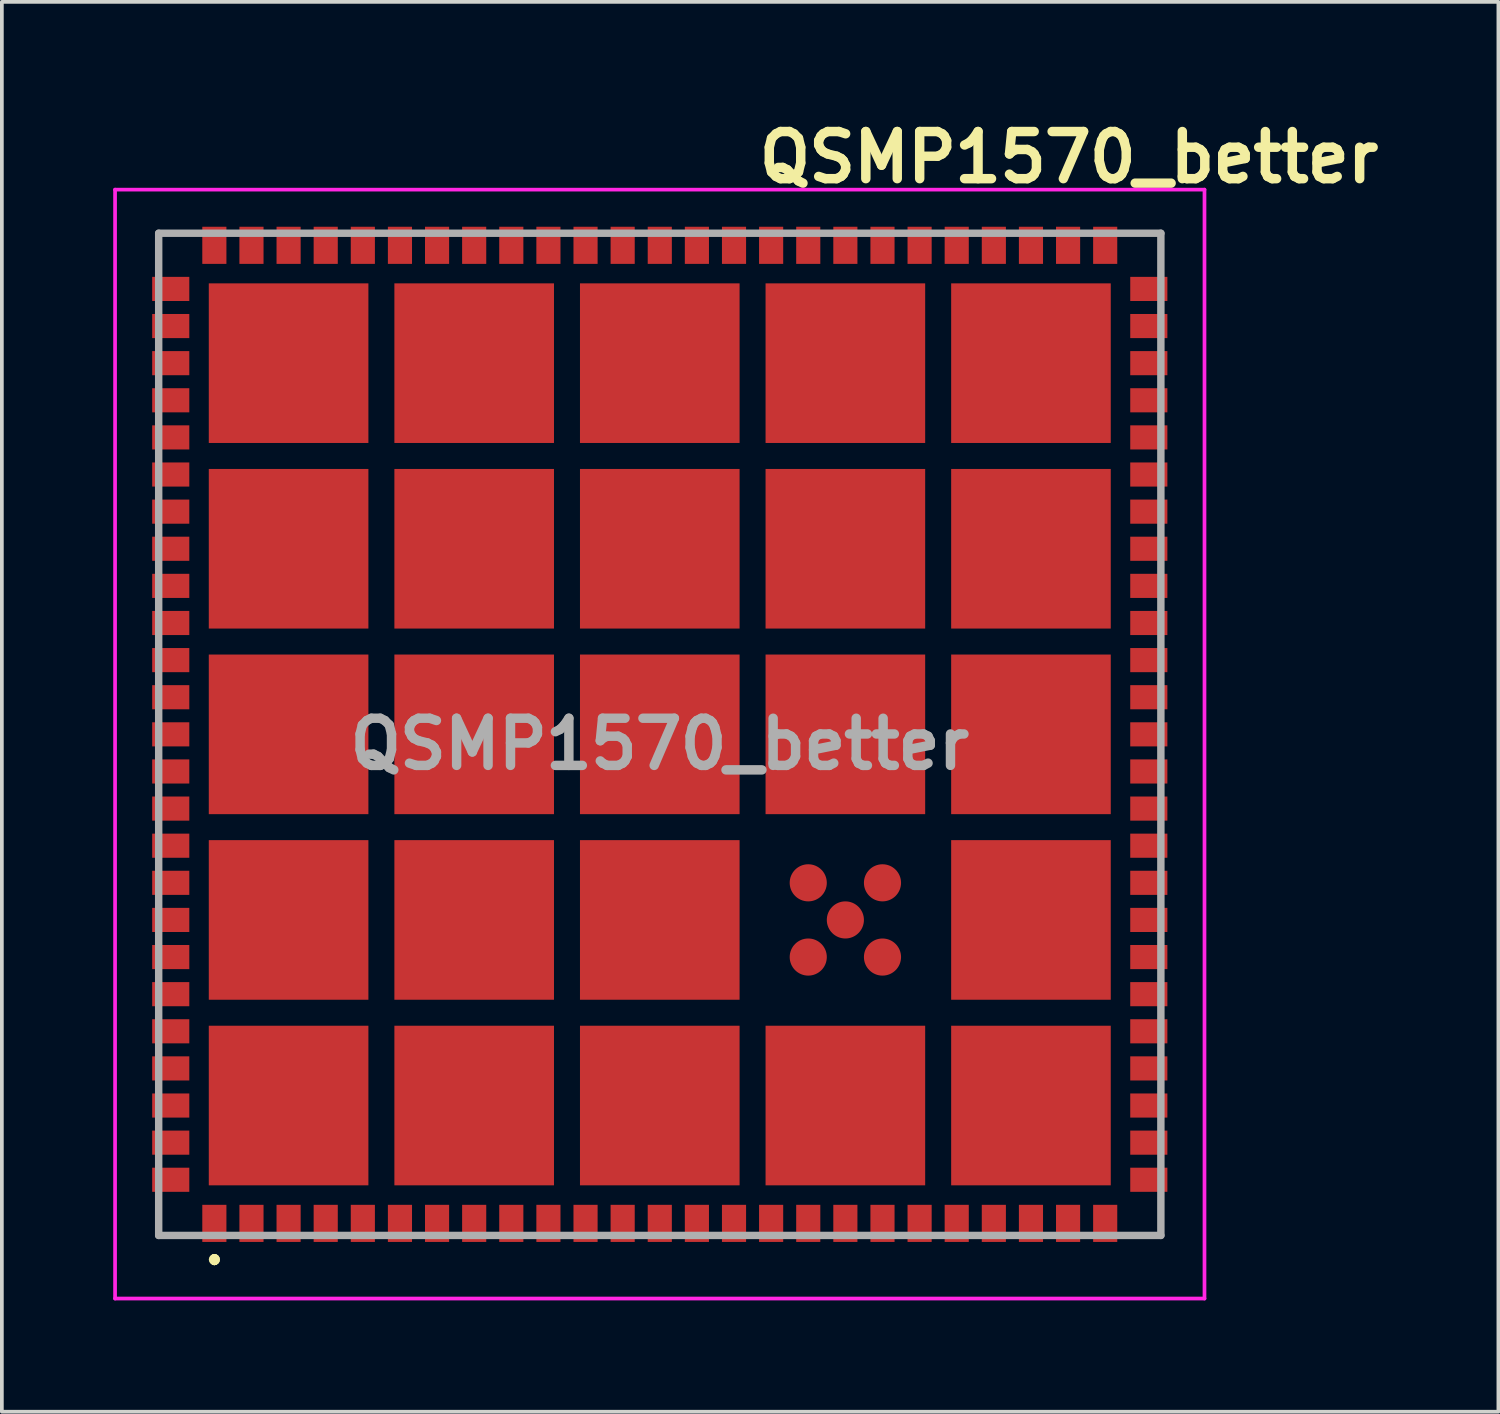
<source format=kicad_pcb>
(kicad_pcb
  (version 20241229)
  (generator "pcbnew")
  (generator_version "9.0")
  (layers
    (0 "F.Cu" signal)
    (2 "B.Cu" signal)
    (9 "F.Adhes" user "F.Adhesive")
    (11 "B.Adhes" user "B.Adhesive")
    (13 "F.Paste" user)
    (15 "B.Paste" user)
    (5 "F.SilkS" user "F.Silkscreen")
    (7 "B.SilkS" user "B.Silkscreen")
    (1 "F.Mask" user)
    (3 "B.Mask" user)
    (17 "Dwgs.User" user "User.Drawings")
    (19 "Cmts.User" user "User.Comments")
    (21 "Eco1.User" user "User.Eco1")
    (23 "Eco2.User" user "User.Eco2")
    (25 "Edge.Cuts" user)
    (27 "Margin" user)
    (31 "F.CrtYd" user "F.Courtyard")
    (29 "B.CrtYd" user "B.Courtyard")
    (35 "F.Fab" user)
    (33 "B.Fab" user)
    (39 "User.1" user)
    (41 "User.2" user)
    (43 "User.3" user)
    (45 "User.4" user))
  (footprint "QSMP1570_better"
    (layer "F.Cu")
    (at 14.725 16.734)
    (property "Reference" "QSMP1570_better" (at 11.024 -15.545 0) (layer "F.SilkS") (effects (font (size 1.27 1.27) (thickness 0.254))))
    (attr smd)
    (fp_line (start -12 14.1) (end -12 14.1) (stroke (width 0.2) (type solid)) (layer "F.SilkS"))
    (fp_line (start -12 14.2) (end -12 14.2) (stroke (width 0.2) (type solid)) (layer "F.SilkS"))
    (fp_line (start -12 14.2) (end -12 14.2) (stroke (width 0.2) (type solid)) (layer "F.SilkS"))
    (fp_arc (start -12 14.1) (mid -11.95 14.15) (end -12 14.2) (stroke (width 0.2) (type solid)) (layer "F.SilkS"))
    (fp_arc (start -12 14.1) (mid -11.95 14.15) (end -12 14.2) (stroke (width 0.2) (type solid)) (layer "F.SilkS"))
    (fp_arc (start -12 14.2) (mid -12.05 14.15) (end -12 14.1) (stroke (width 0.2) (type solid)) (layer "F.SilkS"))
    (fp_rect (start -11.9 -11.9) (end -10.25 -10.25) (stroke (width 0.1) (type solid)) (fill yes) (layer "F.Paste"))
    (fp_rect (start -11.9 -9.75) (end -10.25 -8.1) (stroke (width 0.1) (type solid)) (fill yes) (layer "F.Paste"))
    (fp_rect (start -11.9 -6.9) (end -10.25 -5.25) (stroke (width 0.1) (type solid)) (fill yes) (layer "F.Paste"))
    (fp_rect (start -11.9 -4.75) (end -10.25 -3.1) (stroke (width 0.1) (type solid)) (fill yes) (layer "F.Paste"))
    (fp_rect (start -11.9 -1.9) (end -10.25 -0.25) (stroke (width 0.1) (type solid)) (fill yes) (layer "F.Paste"))
    (fp_rect (start -11.9 0.25) (end -10.25 1.9) (stroke (width 0.1) (type solid)) (fill yes) (layer "F.Paste"))
    (fp_rect (start -11.9 3.1) (end -10.25 4.75) (stroke (width 0.1) (type solid)) (fill yes) (layer "F.Paste"))
    (fp_rect (start -11.9 5.25) (end -10.25 6.9) (stroke (width 0.1) (type solid)) (fill yes) (layer "F.Paste"))
    (fp_rect (start -11.9 8.1) (end -10.25 9.75) (stroke (width 0.1) (type solid)) (fill yes) (layer "F.Paste"))
    (fp_rect (start -11.9 10.25) (end -10.25 11.9) (stroke (width 0.1) (type solid)) (fill yes) (layer "F.Paste"))
    (fp_rect (start -9.75 -11.9) (end -8.1 -10.25) (stroke (width 0.1) (type solid)) (fill yes) (layer "F.Paste"))
    (fp_rect (start -9.75 -9.75) (end -8.1 -8.1) (stroke (width 0.1) (type solid)) (fill yes) (layer "F.Paste"))
    (fp_rect (start -9.75 -6.9) (end -8.1 -5.25) (stroke (width 0.1) (type solid)) (fill yes) (layer "F.Paste"))
    (fp_rect (start -9.75 -4.75) (end -8.1 -3.1) (stroke (width 0.1) (type solid)) (fill yes) (layer "F.Paste"))
    (fp_rect (start -9.75 -1.9) (end -8.1 -0.25) (stroke (width 0.1) (type solid)) (fill yes) (layer "F.Paste"))
    (fp_rect (start -9.75 0.25) (end -8.1 1.9) (stroke (width 0.1) (type solid)) (fill yes) (layer "F.Paste"))
    (fp_rect (start -9.75 3.1) (end -8.1 4.75) (stroke (width 0.1) (type solid)) (fill yes) (layer "F.Paste"))
    (fp_rect (start -9.75 5.25) (end -8.1 6.9) (stroke (width 0.1) (type solid)) (fill yes) (layer "F.Paste"))
    (fp_rect (start -9.75 8.1) (end -8.1 9.75) (stroke (width 0.1) (type solid)) (fill yes) (layer "F.Paste"))
    (fp_rect (start -9.75 10.25) (end -8.1 11.9) (stroke (width 0.1) (type solid)) (fill yes) (layer "F.Paste"))
    (fp_rect (start -6.9 -11.9) (end -5.25 -10.25) (stroke (width 0.1) (type solid)) (fill yes) (layer "F.Paste"))
    (fp_rect (start -6.9 -9.75) (end -5.25 -8.1) (stroke (width 0.1) (type solid)) (fill yes) (layer "F.Paste"))
    (fp_rect (start -6.9 -6.9) (end -5.25 -5.25) (stroke (width 0.1) (type solid)) (fill yes) (layer "F.Paste"))
    (fp_rect (start -6.9 -4.75) (end -5.25 -3.1) (stroke (width 0.1) (type solid)) (fill yes) (layer "F.Paste"))
    (fp_rect (start -6.9 -1.9) (end -5.25 -0.25) (stroke (width 0.1) (type solid)) (fill yes) (layer "F.Paste"))
    (fp_rect (start -6.9 0.25) (end -5.25 1.9) (stroke (width 0.1) (type solid)) (fill yes) (layer "F.Paste"))
    (fp_rect (start -6.9 3.1) (end -5.25 4.75) (stroke (width 0.1) (type solid)) (fill yes) (layer "F.Paste"))
    (fp_rect (start -6.9 5.25) (end -5.25 6.9) (stroke (width 0.1) (type solid)) (fill yes) (layer "F.Paste"))
    (fp_rect (start -6.9 8.1) (end -5.25 9.75) (stroke (width 0.1) (type solid)) (fill yes) (layer "F.Paste"))
    (fp_rect (start -6.9 10.25) (end -5.25 11.9) (stroke (width 0.1) (type solid)) (fill yes) (layer "F.Paste"))
    (fp_rect (start -4.75 -11.9) (end -3.1 -10.25) (stroke (width 0.1) (type solid)) (fill yes) (layer "F.Paste"))
    (fp_rect (start -4.75 -9.75) (end -3.1 -8.1) (stroke (width 0.1) (type solid)) (fill yes) (layer "F.Paste"))
    (fp_rect (start -4.75 -6.9) (end -3.1 -5.25) (stroke (width 0.1) (type solid)) (fill yes) (layer "F.Paste"))
    (fp_rect (start -4.75 -4.75) (end -3.1 -3.1) (stroke (width 0.1) (type solid)) (fill yes) (layer "F.Paste"))
    (fp_rect (start -4.75 -1.9) (end -3.1 -0.25) (stroke (width 0.1) (type solid)) (fill yes) (layer "F.Paste"))
    (fp_rect (start -4.75 0.25) (end -3.1 1.9) (stroke (width 0.1) (type solid)) (fill yes) (layer "F.Paste"))
    (fp_rect (start -4.75 3.1) (end -3.1 4.75) (stroke (width 0.1) (type solid)) (fill yes) (layer "F.Paste"))
    (fp_rect (start -4.75 5.25) (end -3.1 6.9) (stroke (width 0.1) (type solid)) (fill yes) (layer "F.Paste"))
    (fp_rect (start -4.75 8.1) (end -3.1 9.75) (stroke (width 0.1) (type solid)) (fill yes) (layer "F.Paste"))
    (fp_rect (start -4.75 10.25) (end -3.1 11.9) (stroke (width 0.1) (type solid)) (fill yes) (layer "F.Paste"))
    (fp_rect (start -1.9 -11.9) (end -0.25 -10.25) (stroke (width 0.1) (type solid)) (fill yes) (layer "F.Paste"))
    (fp_rect (start -1.9 -9.75) (end -0.25 -8.1) (stroke (width 0.1) (type solid)) (fill yes) (layer "F.Paste"))
    (fp_rect (start -1.9 -6.9) (end -0.25 -5.25) (stroke (width 0.1) (type solid)) (fill yes) (layer "F.Paste"))
    (fp_rect (start -1.9 -4.75) (end -0.25 -3.1) (stroke (width 0.1) (type solid)) (fill yes) (layer "F.Paste"))
    (fp_rect (start -1.9 -1.9) (end -0.25 -0.25) (stroke (width 0.1) (type solid)) (fill yes) (layer "F.Paste"))
    (fp_rect (start -1.9 0.25) (end -0.25 1.9) (stroke (width 0.1) (type solid)) (fill yes) (layer "F.Paste"))
    (fp_rect (start -1.9 3.1) (end -0.25 4.75) (stroke (width 0.1) (type solid)) (fill yes) (layer "F.Paste"))
    (fp_rect (start -1.9 5.25) (end -0.25 6.9) (stroke (width 0.1) (type solid)) (fill yes) (layer "F.Paste"))
    (fp_rect (start -1.9 8.1) (end -0.25 9.75) (stroke (width 0.1) (type solid)) (fill yes) (layer "F.Paste"))
    (fp_rect (start -1.9 10.25) (end -0.25 11.9) (stroke (width 0.1) (type solid)) (fill yes) (layer "F.Paste"))
    (fp_rect (start 0.25 -11.9) (end 1.9 -10.25) (stroke (width 0.1) (type solid)) (fill yes) (layer "F.Paste"))
    (fp_rect (start 0.25 -9.75) (end 1.9 -8.1) (stroke (width 0.1) (type solid)) (fill yes) (layer "F.Paste"))
    (fp_rect (start 0.25 -6.9) (end 1.9 -5.25) (stroke (width 0.1) (type solid)) (fill yes) (layer "F.Paste"))
    (fp_rect (start 0.25 -4.75) (end 1.9 -3.1) (stroke (width 0.1) (type solid)) (fill yes) (layer "F.Paste"))
    (fp_rect (start 0.25 -1.9) (end 1.9 -0.25) (stroke (width 0.1) (type solid)) (fill yes) (layer "F.Paste"))
    (fp_rect (start 0.25 0.25) (end 1.9 1.9) (stroke (width 0.1) (type solid)) (fill yes) (layer "F.Paste"))
    (fp_rect (start 0.25 3.1) (end 1.9 4.75) (stroke (width 0.1) (type solid)) (fill yes) (layer "F.Paste"))
    (fp_rect (start 0.25 5.25) (end 1.9 6.9) (stroke (width 0.1) (type solid)) (fill yes) (layer "F.Paste"))
    (fp_rect (start 0.25 8.1) (end 1.9 9.75) (stroke (width 0.1) (type solid)) (fill yes) (layer "F.Paste"))
    (fp_rect (start 0.25 10.25) (end 1.9 11.9) (stroke (width 0.1) (type solid)) (fill yes) (layer "F.Paste"))
    (fp_rect (start 3.1 -11.9) (end 4.75 -10.25) (stroke (width 0.1) (type solid)) (fill yes) (layer "F.Paste"))
    (fp_rect (start 3.1 -9.75) (end 4.75 -8.1) (stroke (width 0.1) (type solid)) (fill yes) (layer "F.Paste"))
    (fp_rect (start 3.1 -6.9) (end 4.75 -5.25) (stroke (width 0.1) (type solid)) (fill yes) (layer "F.Paste"))
    (fp_rect (start 3.1 -4.75) (end 4.75 -3.1) (stroke (width 0.1) (type solid)) (fill yes) (layer "F.Paste"))
    (fp_rect (start 3.1 -1.9) (end 4.75 -0.25) (stroke (width 0.1) (type solid)) (fill yes) (layer "F.Paste"))
    (fp_rect (start 3.1 0.25) (end 4.75 1.9) (stroke (width 0.1) (type solid)) (fill yes) (layer "F.Paste"))
    (fp_rect (start 3.1 8.1) (end 4.75 9.75) (stroke (width 0.1) (type solid)) (fill yes) (layer "F.Paste"))
    (fp_rect (start 3.1 10.25) (end 4.75 11.9) (stroke (width 0.1) (type solid)) (fill yes) (layer "F.Paste"))
    (fp_rect (start 5.25 -11.9) (end 6.9 -10.25) (stroke (width 0.1) (type solid)) (fill yes) (layer "F.Paste"))
    (fp_rect (start 5.25 -9.75) (end 6.9 -8.1) (stroke (width 0.1) (type solid)) (fill yes) (layer "F.Paste"))
    (fp_rect (start 5.25 -6.9) (end 6.9 -5.25) (stroke (width 0.1) (type solid)) (fill yes) (layer "F.Paste"))
    (fp_rect (start 5.25 -4.75) (end 6.9 -3.1) (stroke (width 0.1) (type solid)) (fill yes) (layer "F.Paste"))
    (fp_rect (start 5.25 -1.9) (end 6.9 -0.25) (stroke (width 0.1) (type solid)) (fill yes) (layer "F.Paste"))
    (fp_rect (start 5.25 0.25) (end 6.9 1.9) (stroke (width 0.1) (type solid)) (fill yes) (layer "F.Paste"))
    (fp_rect (start 5.25 8.1) (end 6.9 9.75) (stroke (width 0.1) (type solid)) (fill yes) (layer "F.Paste"))
    (fp_rect (start 5.25 10.25) (end 6.9 11.9) (stroke (width 0.1) (type solid)) (fill yes) (layer "F.Paste"))
    (fp_rect (start 8.1 -11.9) (end 9.75 -10.25) (stroke (width 0.1) (type solid)) (fill yes) (layer "F.Paste"))
    (fp_rect (start 8.1 -9.75) (end 9.75 -8.1) (stroke (width 0.1) (type solid)) (fill yes) (layer "F.Paste"))
    (fp_rect (start 8.1 -6.9) (end 9.75 -5.25) (stroke (width 0.1) (type solid)) (fill yes) (layer "F.Paste"))
    (fp_rect (start 8.1 -4.75) (end 9.75 -3.1) (stroke (width 0.1) (type solid)) (fill yes) (layer "F.Paste"))
    (fp_rect (start 8.1 -1.9) (end 9.75 -0.25) (stroke (width 0.1) (type solid)) (fill yes) (layer "F.Paste"))
    (fp_rect (start 8.1 0.25) (end 9.75 1.9) (stroke (width 0.1) (type solid)) (fill yes) (layer "F.Paste"))
    (fp_rect (start 8.1 3.1) (end 9.75 4.75) (stroke (width 0.1) (type solid)) (fill yes) (layer "F.Paste"))
    (fp_rect (start 8.1 5.25) (end 9.75 6.9) (stroke (width 0.1) (type solid)) (fill yes) (layer "F.Paste"))
    (fp_rect (start 8.1 8.1) (end 9.75 9.75) (stroke (width 0.1) (type solid)) (fill yes) (layer "F.Paste"))
    (fp_rect (start 8.1 10.25) (end 9.75 11.9) (stroke (width 0.1) (type solid)) (fill yes) (layer "F.Paste"))
    (fp_rect (start 10.25 -11.9) (end 11.9 -10.25) (stroke (width 0.1) (type solid)) (fill yes) (layer "F.Paste"))
    (fp_rect (start 10.25 -9.75) (end 11.9 -8.1) (stroke (width 0.1) (type solid)) (fill yes) (layer "F.Paste"))
    (fp_rect (start 10.25 -6.9) (end 11.9 -5.25) (stroke (width 0.1) (type solid)) (fill yes) (layer "F.Paste"))
    (fp_rect (start 10.25 -4.75) (end 11.9 -3.1) (stroke (width 0.1) (type solid)) (fill yes) (layer "F.Paste"))
    (fp_rect (start 10.25 -1.9) (end 11.9 -0.25) (stroke (width 0.1) (type solid)) (fill yes) (layer "F.Paste"))
    (fp_rect (start 10.25 0.25) (end 11.9 1.9) (stroke (width 0.1) (type solid)) (fill yes) (layer "F.Paste"))
    (fp_rect (start 10.25 3.1) (end 11.9 4.75) (stroke (width 0.1) (type solid)) (fill yes) (layer "F.Paste"))
    (fp_rect (start 10.25 5.25) (end 11.9 6.9) (stroke (width 0.1) (type solid)) (fill yes) (layer "F.Paste"))
    (fp_rect (start 10.25 8.1) (end 11.9 9.75) (stroke (width 0.1) (type solid)) (fill yes) (layer "F.Paste"))
    (fp_rect (start 10.25 10.25) (end 11.9 11.9) (stroke (width 0.1) (type solid)) (fill yes) (layer "F.Paste"))
    (fp_line (start -14.675 -14.675) (end 14.675 -14.675) (stroke (width 0.1) (type solid)) (layer "F.CrtYd"))
    (fp_line (start -14.675 15.2) (end -14.675 -14.675) (stroke (width 0.1) (type solid)) (layer "F.CrtYd"))
    (fp_line (start 14.675 -14.675) (end 14.675 15.2) (stroke (width 0.1) (type solid)) (layer "F.CrtYd"))
    (fp_line (start 14.675 15.2) (end -14.675 15.2) (stroke (width 0.1) (type solid)) (layer "F.CrtYd"))
    (fp_line (start -13.5 -13.5) (end -13.5 13.5) (stroke (width 0.2) (type solid)) (layer "F.Fab"))
    (fp_line (start -13.5 13.5) (end 13.5 13.5) (stroke (width 0.2) (type solid)) (layer "F.Fab"))
    (fp_line (start 13.5 -13.5) (end -13.5 -13.5) (stroke (width 0.2) (type solid)) (layer "F.Fab"))
    (fp_line (start 13.5 13.5) (end 13.5 -13.5) (stroke (width 0.2) (type solid)) (layer "F.Fab"))
    (fp_text user "${REFERENCE}" (at 0 0.262 0) (layer "F.Fab") (effects (font (size 1.27 1.27) (thickness 0.254))))
    (pad "1" smd rect (at -12 13.175) (size 0.65 1) (layers "F.Cu" "F.Mask" "F.Paste"))
    (pad "2" smd rect (at -11 13.175) (size 0.65 1) (layers "F.Cu" "F.Mask" "F.Paste"))
    (pad "3" smd rect (at -10 13.175) (size 0.65 1) (layers "F.Cu" "F.Mask" "F.Paste"))
    (pad "4" smd rect (at -9 13.175) (size 0.65 1) (layers "F.Cu" "F.Mask" "F.Paste"))
    (pad "5" smd rect (at -8 13.175) (size 0.65 1) (layers "F.Cu" "F.Mask" "F.Paste"))
    (pad "6" smd rect (at -7 13.175) (size 0.65 1) (layers "F.Cu" "F.Mask" "F.Paste"))
    (pad "7" smd rect (at -6 13.175) (size 0.65 1) (layers "F.Cu" "F.Mask" "F.Paste"))
    (pad "8" smd rect (at -5 13.175) (size 0.65 1) (layers "F.Cu" "F.Mask" "F.Paste"))
    (pad "9" smd rect (at -4 13.175) (size 0.65 1) (layers "F.Cu" "F.Mask" "F.Paste"))
    (pad "10" smd rect (at -3 13.175) (size 0.65 1) (layers "F.Cu" "F.Mask" "F.Paste"))
    (pad "11" smd rect (at -2 13.175) (size 0.65 1) (layers "F.Cu" "F.Mask" "F.Paste"))
    (pad "12" smd rect (at -1 13.175) (size 0.65 1) (layers "F.Cu" "F.Mask" "F.Paste"))
    (pad "13" smd rect (at 0 13.175) (size 0.65 1) (layers "F.Cu" "F.Mask" "F.Paste"))
    (pad "14" smd rect (at 1 13.175) (size 0.65 1) (layers "F.Cu" "F.Mask" "F.Paste"))
    (pad "15" smd rect (at 2 13.175) (size 0.65 1) (layers "F.Cu" "F.Mask" "F.Paste"))
    (pad "16" smd rect (at 3 13.175) (size 0.65 1) (layers "F.Cu" "F.Mask" "F.Paste"))
    (pad "17" smd rect (at 4 13.175) (size 0.65 1) (layers "F.Cu" "F.Mask" "F.Paste"))
    (pad "18" smd rect (at 5 13.175) (size 0.65 1) (layers "F.Cu" "F.Mask" "F.Paste"))
    (pad "19" smd rect (at 6 13.175) (size 0.65 1) (layers "F.Cu" "F.Mask" "F.Paste"))
    (pad "20" smd rect (at 7 13.175) (size 0.65 1) (layers "F.Cu" "F.Mask" "F.Paste"))
    (pad "21" smd rect (at 8 13.175) (size 0.65 1) (layers "F.Cu" "F.Mask" "F.Paste"))
    (pad "22" smd rect (at 9 13.175) (size 0.65 1) (layers "F.Cu" "F.Mask" "F.Paste"))
    (pad "23" smd rect (at 10 13.175) (size 0.65 1) (layers "F.Cu" "F.Mask" "F.Paste"))
    (pad "24" smd rect (at 11 13.175) (size 0.65 1) (layers "F.Cu" "F.Mask" "F.Paste"))
    (pad "25" smd rect (at 12 13.175) (size 0.65 1) (layers "F.Cu" "F.Mask" "F.Paste"))
    (pad "26" smd rect (at 13.175 12 90) (size 0.65 1) (layers "F.Cu" "F.Mask" "F.Paste"))
    (pad "27" smd rect (at 13.175 11 90) (size 0.65 1) (layers "F.Cu" "F.Mask" "F.Paste"))
    (pad "28" smd rect (at 13.175 10 90) (size 0.65 1) (layers "F.Cu" "F.Mask" "F.Paste"))
    (pad "29" smd rect (at 13.175 9 90) (size 0.65 1) (layers "F.Cu" "F.Mask" "F.Paste"))
    (pad "30" smd rect (at 13.175 8 90) (size 0.65 1) (layers "F.Cu" "F.Mask" "F.Paste"))
    (pad "31" smd rect (at 13.175 7 90) (size 0.65 1) (layers "F.Cu" "F.Mask" "F.Paste"))
    (pad "32" smd rect (at 13.175 6 90) (size 0.65 1) (layers "F.Cu" "F.Mask" "F.Paste"))
    (pad "33" smd rect (at 13.175 5 90) (size 0.65 1) (layers "F.Cu" "F.Mask" "F.Paste"))
    (pad "34" smd rect (at 13.175 4 90) (size 0.65 1) (layers "F.Cu" "F.Mask" "F.Paste"))
    (pad "35" smd rect (at 13.175 3 90) (size 0.65 1) (layers "F.Cu" "F.Mask" "F.Paste"))
    (pad "36" smd rect (at 13.175 2 90) (size 0.65 1) (layers "F.Cu" "F.Mask" "F.Paste"))
    (pad "37" smd rect (at 13.175 1 90) (size 0.65 1) (layers "F.Cu" "F.Mask" "F.Paste"))
    (pad "38" smd rect (at 13.175 0 90) (size 0.65 1) (layers "F.Cu" "F.Mask" "F.Paste"))
    (pad "39" smd rect (at 13.175 -1 90) (size 0.65 1) (layers "F.Cu" "F.Mask" "F.Paste"))
    (pad "40" smd rect (at 13.175 -2 90) (size 0.65 1) (layers "F.Cu" "F.Mask" "F.Paste"))
    (pad "41" smd rect (at 13.175 -3 90) (size 0.65 1) (layers "F.Cu" "F.Mask" "F.Paste"))
    (pad "42" smd rect (at 13.175 -4 90) (size 0.65 1) (layers "F.Cu" "F.Mask" "F.Paste"))
    (pad "43" smd rect (at 13.175 -5 90) (size 0.65 1) (layers "F.Cu" "F.Mask" "F.Paste"))
    (pad "44" smd rect (at 13.175 -6 90) (size 0.65 1) (layers "F.Cu" "F.Mask" "F.Paste"))
    (pad "45" smd rect (at 13.175 -7 90) (size 0.65 1) (layers "F.Cu" "F.Mask" "F.Paste"))
    (pad "46" smd rect (at 13.175 -8 90) (size 0.65 1) (layers "F.Cu" "F.Mask" "F.Paste"))
    (pad "47" smd rect (at 13.175 -9 90) (size 0.65 1) (layers "F.Cu" "F.Mask" "F.Paste"))
    (pad "48" smd rect (at 13.175 -10 90) (size 0.65 1) (layers "F.Cu" "F.Mask" "F.Paste"))
    (pad "49" smd rect (at 13.175 -11 90) (size 0.65 1) (layers "F.Cu" "F.Mask" "F.Paste"))
    (pad "50" smd rect (at 13.175 -12 90) (size 0.65 1) (layers "F.Cu" "F.Mask" "F.Paste"))
    (pad "51" smd rect (at 12 -13.175) (size 0.65 1) (layers "F.Cu" "F.Mask" "F.Paste"))
    (pad "52" smd rect (at 11 -13.175) (size 0.65 1) (layers "F.Cu" "F.Mask" "F.Paste"))
    (pad "53" smd rect (at 10 -13.175) (size 0.65 1) (layers "F.Cu" "F.Mask" "F.Paste"))
    (pad "54" smd rect (at 9 -13.175) (size 0.65 1) (layers "F.Cu" "F.Mask" "F.Paste"))
    (pad "55" smd rect (at 8 -13.175) (size 0.65 1) (layers "F.Cu" "F.Mask" "F.Paste"))
    (pad "56" smd rect (at 7 -13.175) (size 0.65 1) (layers "F.Cu" "F.Mask" "F.Paste"))
    (pad "57" smd rect (at 6 -13.175) (size 0.65 1) (layers "F.Cu" "F.Mask" "F.Paste"))
    (pad "58" smd rect (at 5 -13.175) (size 0.65 1) (layers "F.Cu" "F.Mask" "F.Paste"))
    (pad "59" smd rect (at 4 -13.175) (size 0.65 1) (layers "F.Cu" "F.Mask" "F.Paste"))
    (pad "60" smd rect (at 3 -13.175) (size 0.65 1) (layers "F.Cu" "F.Mask" "F.Paste"))
    (pad "61" smd rect (at 2 -13.175) (size 0.65 1) (layers "F.Cu" "F.Mask" "F.Paste"))
    (pad "62" smd rect (at 1 -13.175) (size 0.65 1) (layers "F.Cu" "F.Mask" "F.Paste"))
    (pad "63" smd rect (at 0 -13.175) (size 0.65 1) (layers "F.Cu" "F.Mask" "F.Paste"))
    (pad "64" smd rect (at -1 -13.175) (size 0.65 1) (layers "F.Cu" "F.Mask" "F.Paste"))
    (pad "65" smd rect (at -2 -13.175) (size 0.65 1) (layers "F.Cu" "F.Mask" "F.Paste"))
    (pad "66" smd rect (at -3 -13.175) (size 0.65 1) (layers "F.Cu" "F.Mask" "F.Paste"))
    (pad "67" smd rect (at -4 -13.175) (size 0.65 1) (layers "F.Cu" "F.Mask" "F.Paste"))
    (pad "68" smd rect (at -5 -13.175) (size 0.65 1) (layers "F.Cu" "F.Mask" "F.Paste"))
    (pad "69" smd rect (at -6 -13.175) (size 0.65 1) (layers "F.Cu" "F.Mask" "F.Paste"))
    (pad "70" smd rect (at -7 -13.175) (size 0.65 1) (layers "F.Cu" "F.Mask" "F.Paste"))
    (pad "71" smd rect (at -8 -13.175) (size 0.65 1) (layers "F.Cu" "F.Mask" "F.Paste"))
    (pad "72" smd rect (at -9 -13.175) (size 0.65 1) (layers "F.Cu" "F.Mask" "F.Paste"))
    (pad "73" smd rect (at -10 -13.175) (size 0.65 1) (layers "F.Cu" "F.Mask" "F.Paste"))
    (pad "74" smd rect (at -11 -13.175) (size 0.65 1) (layers "F.Cu" "F.Mask" "F.Paste"))
    (pad "75" smd rect (at -12 -13.175) (size 0.65 1) (layers "F.Cu" "F.Mask" "F.Paste"))
    (pad "76" smd rect (at -13.175 -12 90) (size 0.65 1) (layers "F.Cu" "F.Mask" "F.Paste"))
    (pad "77" smd rect (at -13.175 -11 90) (size 0.65 1) (layers "F.Cu" "F.Mask" "F.Paste"))
    (pad "78" smd rect (at -13.175 -10 90) (size 0.65 1) (layers "F.Cu" "F.Mask" "F.Paste"))
    (pad "79" smd rect (at -13.175 -9 90) (size 0.65 1) (layers "F.Cu" "F.Mask" "F.Paste"))
    (pad "80" smd rect (at -13.175 -8 90) (size 0.65 1) (layers "F.Cu" "F.Mask" "F.Paste"))
    (pad "81" smd rect (at -13.175 -7 90) (size 0.65 1) (layers "F.Cu" "F.Mask" "F.Paste"))
    (pad "82" smd rect (at -13.175 -6 90) (size 0.65 1) (layers "F.Cu" "F.Mask" "F.Paste"))
    (pad "83" smd rect (at -13.175 -5 90) (size 0.65 1) (layers "F.Cu" "F.Mask" "F.Paste"))
    (pad "84" smd rect (at -13.175 -4 90) (size 0.65 1) (layers "F.Cu" "F.Mask" "F.Paste"))
    (pad "85" smd rect (at -13.175 -3 90) (size 0.65 1) (layers "F.Cu" "F.Mask" "F.Paste"))
    (pad "86" smd rect (at -13.175 -2 90) (size 0.65 1) (layers "F.Cu" "F.Mask" "F.Paste"))
    (pad "87" smd rect (at -13.175 -1 90) (size 0.65 1) (layers "F.Cu" "F.Mask" "F.Paste"))
    (pad "88" smd rect (at -13.175 0 90) (size 0.65 1) (layers "F.Cu" "F.Mask" "F.Paste"))
    (pad "89" smd rect (at -13.175 1 90) (size 0.65 1) (layers "F.Cu" "F.Mask" "F.Paste"))
    (pad "90" smd rect (at -13.175 2 90) (size 0.65 1) (layers "F.Cu" "F.Mask" "F.Paste"))
    (pad "91" smd rect (at -13.175 3 90) (size 0.65 1) (layers "F.Cu" "F.Mask" "F.Paste"))
    (pad "92" smd rect (at -13.175 4 90) (size 0.65 1) (layers "F.Cu" "F.Mask" "F.Paste"))
    (pad "93" smd rect (at -13.175 5 90) (size 0.65 1) (layers "F.Cu" "F.Mask" "F.Paste"))
    (pad "94" smd rect (at -13.175 6 90) (size 0.65 1) (layers "F.Cu" "F.Mask" "F.Paste"))
    (pad "95" smd rect (at -13.175 7 90) (size 0.65 1) (layers "F.Cu" "F.Mask" "F.Paste"))
    (pad "96" smd rect (at -13.175 8 90) (size 0.65 1) (layers "F.Cu" "F.Mask" "F.Paste"))
    (pad "97" smd rect (at -13.175 9 90) (size 0.65 1) (layers "F.Cu" "F.Mask" "F.Paste"))
    (pad "98" smd rect (at -13.175 10 90) (size 0.65 1) (layers "F.Cu" "F.Mask" "F.Paste"))
    (pad "99" smd rect (at -13.175 11 90) (size 0.65 1) (layers "F.Cu" "F.Mask" "F.Paste"))
    (pad "100" smd rect (at -13.175 12 90) (size 0.65 1) (layers "F.Cu" "F.Mask" "F.Paste"))
    (pad "101" smd rect (at -10 -10 90) (size 4.3 4.3) (layers "F.Cu" "F.Mask"))
    (pad "101" smd rect (at -10 -5 90) (size 4.3 4.3) (layers "F.Cu" "F.Mask"))
    (pad "101" smd rect (at -10 0 90) (size 4.3 4.3) (layers "F.Cu" "F.Mask"))
    (pad "101" smd rect (at -10 5 90) (size 4.3 4.3) (layers "F.Cu" "F.Mask"))
    (pad "101" smd rect (at -10 10 90) (size 4.3 4.3) (layers "F.Cu" "F.Mask"))
    (pad "101" smd rect (at -5 -10 90) (size 4.3 4.3) (layers "F.Cu" "F.Mask"))
    (pad "101" smd rect (at -5 -5 90) (size 4.3 4.3) (layers "F.Cu" "F.Mask"))
    (pad "101" smd rect (at -5 0 90) (size 4.3 4.3) (layers "F.Cu" "F.Mask"))
    (pad "101" smd rect (at -5 5 90) (size 4.3 4.3) (layers "F.Cu" "F.Mask"))
    (pad "101" smd rect (at -5 10 90) (size 4.3 4.3) (layers "F.Cu" "F.Mask"))
    (pad "101" smd rect (at 0 -10 90) (size 4.3 4.3) (layers "F.Cu" "F.Mask"))
    (pad "101" smd rect (at 0 -5 90) (size 4.3 4.3) (layers "F.Cu" "F.Mask"))
    (pad "101" smd rect (at 0 0 90) (size 4.3 4.3) (layers "F.Cu" "F.Mask"))
    (pad "101" smd rect (at 0 5 90) (size 4.3 4.3) (layers "F.Cu" "F.Mask"))
    (pad "101" smd rect (at 0 10 90) (size 4.3 4.3) (layers "F.Cu" "F.Mask"))
    (pad "101" smd rect (at 5 -10 90) (size 4.3 4.3) (layers "F.Cu" "F.Mask"))
    (pad "101" smd rect (at 5 -5 90) (size 4.3 4.3) (layers "F.Cu" "F.Mask"))
    (pad "101" smd rect (at 5 0 90) (size 4.3 4.3) (layers "F.Cu" "F.Mask"))
    (pad "101" smd rect (at 5 10 90) (size 4.3 4.3) (layers "F.Cu" "F.Mask"))
    (pad "101" smd rect (at 10 -10 90) (size 4.3 4.3) (layers "F.Cu" "F.Mask"))
    (pad "101" smd rect (at 10 -5 90) (size 4.3 4.3) (layers "F.Cu" "F.Mask"))
    (pad "101" smd rect (at 10 0 90) (size 4.3 4.3) (layers "F.Cu" "F.Mask"))
    (pad "101" smd rect (at 10 5 90) (size 4.3 4.3) (layers "F.Cu" "F.Mask"))
    (pad "101" smd rect (at 10 10 90) (size 4.3 4.3) (layers "F.Cu" "F.Mask"))
    (pad "A1" smd circle (at 4 6 90) (size 1 1) (layers "F.Cu" "F.Mask" "F.Paste"))
    (pad "A3" smd circle (at 6 6 90) (size 1 1) (layers "F.Cu" "F.Mask" "F.Paste"))
    (pad "B2" smd circle (at 5 5 90) (size 1 1) (layers "F.Cu" "F.Mask" "F.Paste"))
    (pad "C1" smd circle (at 4 4 90) (size 1 1) (layers "F.Cu" "F.Mask" "F.Paste"))
    (pad "C3" smd circle (at 6 4 90) (size 1 1) (layers "F.Cu" "F.Mask" "F.Paste")))
  (gr_rect
    (start -3 -3)
    (end 37.318 34.984)
    (stroke (width 0.1) (type default))
    (fill no)
    (layer "Edge.Cuts")))
</source>
